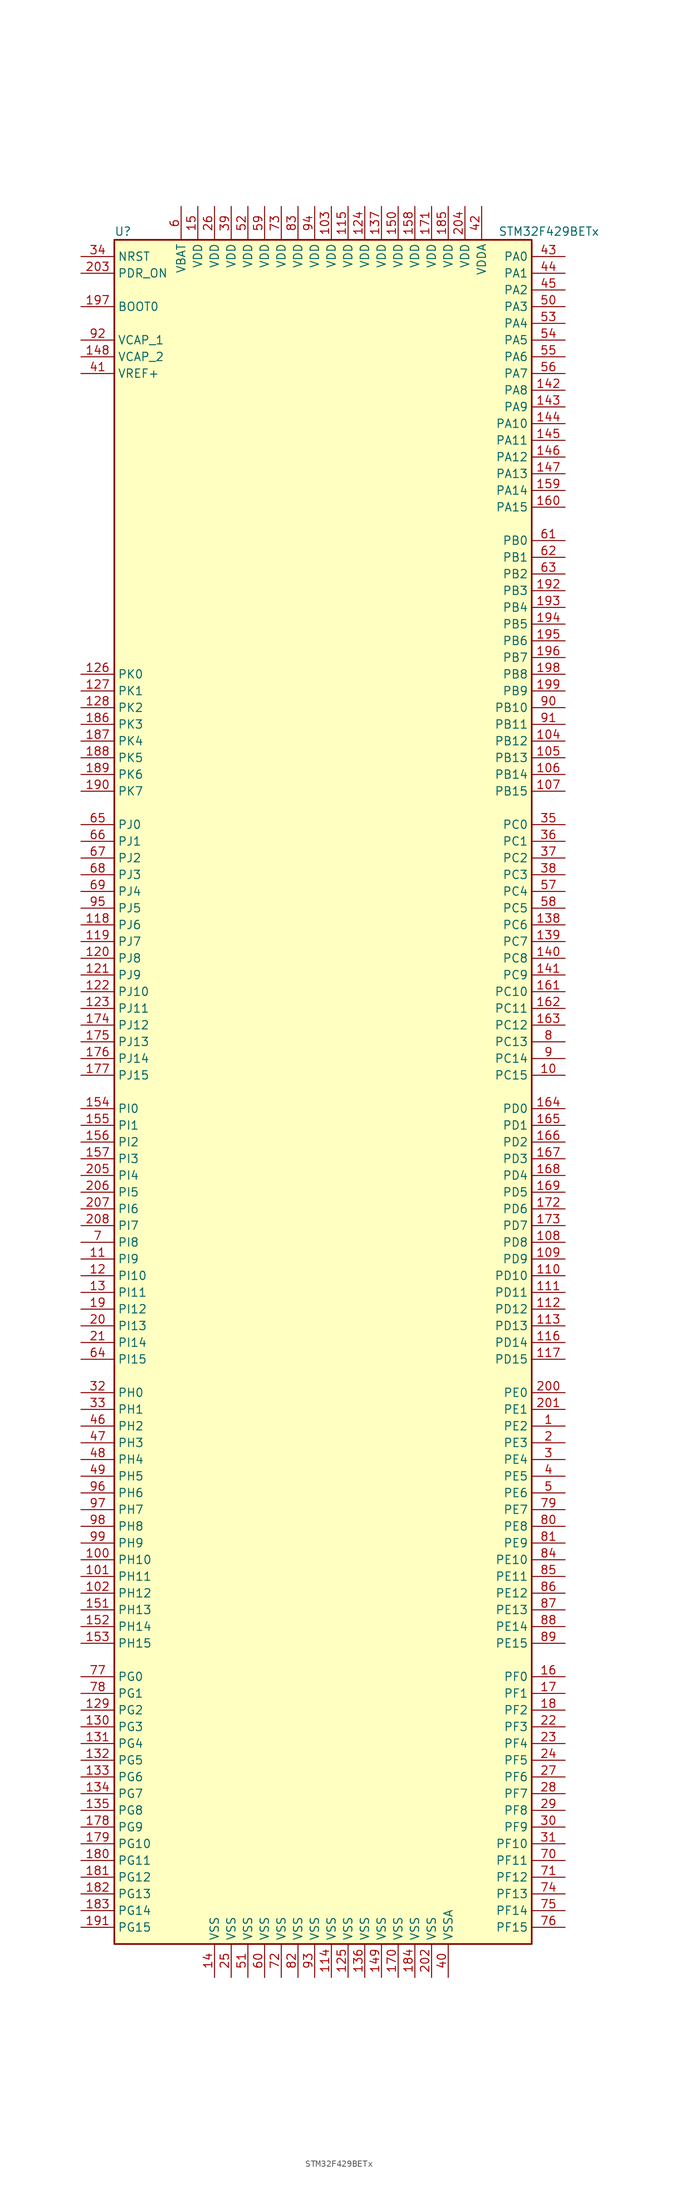
<source format=kicad_sym>
(kicad_symbol_lib
  (version 20211014)
  (generator kicad_symbol_editor)
  (symbol "STM32F429BETx"
    (property "Reference" "U"
      (at -33.02 130.81 0)
      (effects (font (size 1.27 1.27)) (justify left)))
    (property "Value" "STM32F429BETx"
      (at 25.4 130.81 0)
      (effects (font (size 1.27 1.27)) (justify left)))
    (symbol "STM32F429BETx_0_1"
      (rectangle (start -33.02 -129.54) (end 30.48 129.54) (stroke (width 0.254) (type default) (color 0 0 0 0)) (fill (type background))))
    (symbol "STM32F429BETx_1_1"
      (pin bidirectional line (at 35.56 -50.8 180) (length 5.08) (name "PE2" (effects (font (size 1.27 1.27)))) (number "1" (effects (font (size 1.27 1.27)))))
      (pin bidirectional line (at 35.56 2.54 180) (length 5.08) (name "PC15" (effects (font (size 1.27 1.27)))) (number "10" (effects (font (size 1.27 1.27)))))
      (pin bidirectional line (at -38.1 -71.12 0) (length 5.08) (name "PH10" (effects (font (size 1.27 1.27)))) (number "100" (effects (font (size 1.27 1.27)))))
      (pin bidirectional line (at -38.1 -73.66 0) (length 5.08) (name "PH11" (effects (font (size 1.27 1.27)))) (number "101" (effects (font (size 1.27 1.27)))))
      (pin bidirectional line (at -38.1 -76.2 0) (length 5.08) (name "PH12" (effects (font (size 1.27 1.27)))) (number "102" (effects (font (size 1.27 1.27)))))
      (pin power_in line (at 0 134.62 270) (length 5.08) (name "VDD" (effects (font (size 1.27 1.27)))) (number "103" (effects (font (size 1.27 1.27)))))
      (pin bidirectional line (at 35.56 53.34 180) (length 5.08) (name "PB12" (effects (font (size 1.27 1.27)))) (number "104" (effects (font (size 1.27 1.27)))))
      (pin bidirectional line (at 35.56 50.8 180) (length 5.08) (name "PB13" (effects (font (size 1.27 1.27)))) (number "105" (effects (font (size 1.27 1.27)))))
      (pin bidirectional line (at 35.56 48.26 180) (length 5.08) (name "PB14" (effects (font (size 1.27 1.27)))) (number "106" (effects (font (size 1.27 1.27)))))
      (pin bidirectional line (at 35.56 45.72 180) (length 5.08) (name "PB15" (effects (font (size 1.27 1.27)))) (number "107" (effects (font (size 1.27 1.27)))))
      (pin bidirectional line (at 35.56 -22.86 180) (length 5.08) (name "PD8" (effects (font (size 1.27 1.27)))) (number "108" (effects (font (size 1.27 1.27)))))
      (pin bidirectional line (at 35.56 -25.4 180) (length 5.08) (name "PD9" (effects (font (size 1.27 1.27)))) (number "109" (effects (font (size 1.27 1.27)))))
      (pin bidirectional line (at -38.1 -25.4 0) (length 5.08) (name "PI9" (effects (font (size 1.27 1.27)))) (number "11" (effects (font (size 1.27 1.27)))))
      (pin bidirectional line (at 35.56 -27.94 180) (length 5.08) (name "PD10" (effects (font (size 1.27 1.27)))) (number "110" (effects (font (size 1.27 1.27)))))
      (pin bidirectional line (at 35.56 -30.48 180) (length 5.08) (name "PD11" (effects (font (size 1.27 1.27)))) (number "111" (effects (font (size 1.27 1.27)))))
      (pin bidirectional line (at 35.56 -33.02 180) (length 5.08) (name "PD12" (effects (font (size 1.27 1.27)))) (number "112" (effects (font (size 1.27 1.27)))))
      (pin bidirectional line (at 35.56 -35.56 180) (length 5.08) (name "PD13" (effects (font (size 1.27 1.27)))) (number "113" (effects (font (size 1.27 1.27)))))
      (pin power_in line (at 0 -134.62 90) (length 5.08) (name "VSS" (effects (font (size 1.27 1.27)))) (number "114" (effects (font (size 1.27 1.27)))))
      (pin power_in line (at 2.54 134.62 270) (length 5.08) (name "VDD" (effects (font (size 1.27 1.27)))) (number "115" (effects (font (size 1.27 1.27)))))
      (pin bidirectional line (at 35.56 -38.1 180) (length 5.08) (name "PD14" (effects (font (size 1.27 1.27)))) (number "116" (effects (font (size 1.27 1.27)))))
      (pin bidirectional line (at 35.56 -40.64 180) (length 5.08) (name "PD15" (effects (font (size 1.27 1.27)))) (number "117" (effects (font (size 1.27 1.27)))))
      (pin bidirectional line (at -38.1 25.4 0) (length 5.08) (name "PJ6" (effects (font (size 1.27 1.27)))) (number "118" (effects (font (size 1.27 1.27)))))
      (pin bidirectional line (at -38.1 22.86 0) (length 5.08) (name "PJ7" (effects (font (size 1.27 1.27)))) (number "119" (effects (font (size 1.27 1.27)))))
      (pin bidirectional line (at -38.1 -27.94 0) (length 5.08) (name "PI10" (effects (font (size 1.27 1.27)))) (number "12" (effects (font (size 1.27 1.27)))))
      (pin bidirectional line (at -38.1 20.32 0) (length 5.08) (name "PJ8" (effects (font (size 1.27 1.27)))) (number "120" (effects (font (size 1.27 1.27)))))
      (pin bidirectional line (at -38.1 17.78 0) (length 5.08) (name "PJ9" (effects (font (size 1.27 1.27)))) (number "121" (effects (font (size 1.27 1.27)))))
      (pin bidirectional line (at -38.1 15.24 0) (length 5.08) (name "PJ10" (effects (font (size 1.27 1.27)))) (number "122" (effects (font (size 1.27 1.27)))))
      (pin bidirectional line (at -38.1 12.7 0) (length 5.08) (name "PJ11" (effects (font (size 1.27 1.27)))) (number "123" (effects (font (size 1.27 1.27)))))
      (pin power_in line (at 5.08 134.62 270) (length 5.08) (name "VDD" (effects (font (size 1.27 1.27)))) (number "124" (effects (font (size 1.27 1.27)))))
      (pin power_in line (at 2.54 -134.62 90) (length 5.08) (name "VSS" (effects (font (size 1.27 1.27)))) (number "125" (effects (font (size 1.27 1.27)))))
      (pin bidirectional line (at -38.1 63.5 0) (length 5.08) (name "PK0" (effects (font (size 1.27 1.27)))) (number "126" (effects (font (size 1.27 1.27)))))
      (pin bidirectional line (at -38.1 60.96 0) (length 5.08) (name "PK1" (effects (font (size 1.27 1.27)))) (number "127" (effects (font (size 1.27 1.27)))))
      (pin bidirectional line (at -38.1 58.42 0) (length 5.08) (name "PK2" (effects (font (size 1.27 1.27)))) (number "128" (effects (font (size 1.27 1.27)))))
      (pin bidirectional line (at -38.1 -93.98 0) (length 5.08) (name "PG2" (effects (font (size 1.27 1.27)))) (number "129" (effects (font (size 1.27 1.27)))))
      (pin bidirectional line (at -38.1 -30.48 0) (length 5.08) (name "PI11" (effects (font (size 1.27 1.27)))) (number "13" (effects (font (size 1.27 1.27)))))
      (pin bidirectional line (at -38.1 -96.52 0) (length 5.08) (name "PG3" (effects (font (size 1.27 1.27)))) (number "130" (effects (font (size 1.27 1.27)))))
      (pin bidirectional line (at -38.1 -99.06 0) (length 5.08) (name "PG4" (effects (font (size 1.27 1.27)))) (number "131" (effects (font (size 1.27 1.27)))))
      (pin bidirectional line (at -38.1 -101.6 0) (length 5.08) (name "PG5" (effects (font (size 1.27 1.27)))) (number "132" (effects (font (size 1.27 1.27)))))
      (pin bidirectional line (at -38.1 -104.14 0) (length 5.08) (name "PG6" (effects (font (size 1.27 1.27)))) (number "133" (effects (font (size 1.27 1.27)))))
      (pin bidirectional line (at -38.1 -106.68 0) (length 5.08) (name "PG7" (effects (font (size 1.27 1.27)))) (number "134" (effects (font (size 1.27 1.27)))))
      (pin bidirectional line (at -38.1 -109.22 0) (length 5.08) (name "PG8" (effects (font (size 1.27 1.27)))) (number "135" (effects (font (size 1.27 1.27)))))
      (pin power_in line (at 5.08 -134.62 90) (length 5.08) (name "VSS" (effects (font (size 1.27 1.27)))) (number "136" (effects (font (size 1.27 1.27)))))
      (pin power_in line (at 7.62 134.62 270) (length 5.08) (name "VDD" (effects (font (size 1.27 1.27)))) (number "137" (effects (font (size 1.27 1.27)))))
      (pin bidirectional line (at 35.56 25.4 180) (length 5.08) (name "PC6" (effects (font (size 1.27 1.27)))) (number "138" (effects (font (size 1.27 1.27)))))
      (pin bidirectional line (at 35.56 22.86 180) (length 5.08) (name "PC7" (effects (font (size 1.27 1.27)))) (number "139" (effects (font (size 1.27 1.27)))))
      (pin power_in line (at -17.78 -134.62 90) (length 5.08) (name "VSS" (effects (font (size 1.27 1.27)))) (number "14" (effects (font (size 1.27 1.27)))))
      (pin bidirectional line (at 35.56 20.32 180) (length 5.08) (name "PC8" (effects (font (size 1.27 1.27)))) (number "140" (effects (font (size 1.27 1.27)))))
      (pin bidirectional line (at 35.56 17.78 180) (length 5.08) (name "PC9" (effects (font (size 1.27 1.27)))) (number "141" (effects (font (size 1.27 1.27)))))
      (pin bidirectional line (at 35.56 106.68 180) (length 5.08) (name "PA8" (effects (font (size 1.27 1.27)))) (number "142" (effects (font (size 1.27 1.27)))))
      (pin bidirectional line (at 35.56 104.14 180) (length 5.08) (name "PA9" (effects (font (size 1.27 1.27)))) (number "143" (effects (font (size 1.27 1.27)))))
      (pin bidirectional line (at 35.56 101.6 180) (length 5.08) (name "PA10" (effects (font (size 1.27 1.27)))) (number "144" (effects (font (size 1.27 1.27)))))
      (pin bidirectional line (at 35.56 99.06 180) (length 5.08) (name "PA11" (effects (font (size 1.27 1.27)))) (number "145" (effects (font (size 1.27 1.27)))))
      (pin bidirectional line (at 35.56 96.52 180) (length 5.08) (name "PA12" (effects (font (size 1.27 1.27)))) (number "146" (effects (font (size 1.27 1.27)))))
      (pin bidirectional line (at 35.56 93.98 180) (length 5.08) (name "PA13" (effects (font (size 1.27 1.27)))) (number "147" (effects (font (size 1.27 1.27)))))
      (pin power_in line (at -38.1 111.76 0) (length 5.08) (name "VCAP_2" (effects (font (size 1.27 1.27)))) (number "148" (effects (font (size 1.27 1.27)))))
      (pin power_in line (at 7.62 -134.62 90) (length 5.08) (name "VSS" (effects (font (size 1.27 1.27)))) (number "149" (effects (font (size 1.27 1.27)))))
      (pin power_in line (at -20.32 134.62 270) (length 5.08) (name "VDD" (effects (font (size 1.27 1.27)))) (number "15" (effects (font (size 1.27 1.27)))))
      (pin power_in line (at 10.16 134.62 270) (length 5.08) (name "VDD" (effects (font (size 1.27 1.27)))) (number "150" (effects (font (size 1.27 1.27)))))
      (pin bidirectional line (at -38.1 -78.74 0) (length 5.08) (name "PH13" (effects (font (size 1.27 1.27)))) (number "151" (effects (font (size 1.27 1.27)))))
      (pin bidirectional line (at -38.1 -81.28 0) (length 5.08) (name "PH14" (effects (font (size 1.27 1.27)))) (number "152" (effects (font (size 1.27 1.27)))))
      (pin bidirectional line (at -38.1 -83.82 0) (length 5.08) (name "PH15" (effects (font (size 1.27 1.27)))) (number "153" (effects (font (size 1.27 1.27)))))
      (pin bidirectional line (at -38.1 -2.54 0) (length 5.08) (name "PI0" (effects (font (size 1.27 1.27)))) (number "154" (effects (font (size 1.27 1.27)))))
      (pin bidirectional line (at -38.1 -5.08 0) (length 5.08) (name "PI1" (effects (font (size 1.27 1.27)))) (number "155" (effects (font (size 1.27 1.27)))))
      (pin bidirectional line (at -38.1 -7.62 0) (length 5.08) (name "PI2" (effects (font (size 1.27 1.27)))) (number "156" (effects (font (size 1.27 1.27)))))
      (pin bidirectional line (at -38.1 -10.16 0) (length 5.08) (name "PI3" (effects (font (size 1.27 1.27)))) (number "157" (effects (font (size 1.27 1.27)))))
      (pin power_in line (at 12.7 134.62 270) (length 5.08) (name "VDD" (effects (font (size 1.27 1.27)))) (number "158" (effects (font (size 1.27 1.27)))))
      (pin bidirectional line (at 35.56 91.44 180) (length 5.08) (name "PA14" (effects (font (size 1.27 1.27)))) (number "159" (effects (font (size 1.27 1.27)))))
      (pin bidirectional line (at 35.56 -88.9 180) (length 5.08) (name "PF0" (effects (font (size 1.27 1.27)))) (number "16" (effects (font (size 1.27 1.27)))))
      (pin bidirectional line (at 35.56 88.9 180) (length 5.08) (name "PA15" (effects (font (size 1.27 1.27)))) (number "160" (effects (font (size 1.27 1.27)))))
      (pin bidirectional line (at 35.56 15.24 180) (length 5.08) (name "PC10" (effects (font (size 1.27 1.27)))) (number "161" (effects (font (size 1.27 1.27)))))
      (pin bidirectional line (at 35.56 12.7 180) (length 5.08) (name "PC11" (effects (font (size 1.27 1.27)))) (number "162" (effects (font (size 1.27 1.27)))))
      (pin bidirectional line (at 35.56 10.16 180) (length 5.08) (name "PC12" (effects (font (size 1.27 1.27)))) (number "163" (effects (font (size 1.27 1.27)))))
      (pin bidirectional line (at 35.56 -2.54 180) (length 5.08) (name "PD0" (effects (font (size 1.27 1.27)))) (number "164" (effects (font (size 1.27 1.27)))))
      (pin bidirectional line (at 35.56 -5.08 180) (length 5.08) (name "PD1" (effects (font (size 1.27 1.27)))) (number "165" (effects (font (size 1.27 1.27)))))
      (pin bidirectional line (at 35.56 -7.62 180) (length 5.08) (name "PD2" (effects (font (size 1.27 1.27)))) (number "166" (effects (font (size 1.27 1.27)))))
      (pin bidirectional line (at 35.56 -10.16 180) (length 5.08) (name "PD3" (effects (font (size 1.27 1.27)))) (number "167" (effects (font (size 1.27 1.27)))))
      (pin bidirectional line (at 35.56 -12.7 180) (length 5.08) (name "PD4" (effects (font (size 1.27 1.27)))) (number "168" (effects (font (size 1.27 1.27)))))
      (pin bidirectional line (at 35.56 -15.24 180) (length 5.08) (name "PD5" (effects (font (size 1.27 1.27)))) (number "169" (effects (font (size 1.27 1.27)))))
      (pin bidirectional line (at 35.56 -91.44 180) (length 5.08) (name "PF1" (effects (font (size 1.27 1.27)))) (number "17" (effects (font (size 1.27 1.27)))))
      (pin power_in line (at 10.16 -134.62 90) (length 5.08) (name "VSS" (effects (font (size 1.27 1.27)))) (number "170" (effects (font (size 1.27 1.27)))))
      (pin power_in line (at 15.24 134.62 270) (length 5.08) (name "VDD" (effects (font (size 1.27 1.27)))) (number "171" (effects (font (size 1.27 1.27)))))
      (pin bidirectional line (at 35.56 -17.78 180) (length 5.08) (name "PD6" (effects (font (size 1.27 1.27)))) (number "172" (effects (font (size 1.27 1.27)))))
      (pin bidirectional line (at 35.56 -20.32 180) (length 5.08) (name "PD7" (effects (font (size 1.27 1.27)))) (number "173" (effects (font (size 1.27 1.27)))))
      (pin bidirectional line (at -38.1 10.16 0) (length 5.08) (name "PJ12" (effects (font (size 1.27 1.27)))) (number "174" (effects (font (size 1.27 1.27)))))
      (pin bidirectional line (at -38.1 7.62 0) (length 5.08) (name "PJ13" (effects (font (size 1.27 1.27)))) (number "175" (effects (font (size 1.27 1.27)))))
      (pin bidirectional line (at -38.1 5.08 0) (length 5.08) (name "PJ14" (effects (font (size 1.27 1.27)))) (number "176" (effects (font (size 1.27 1.27)))))
      (pin bidirectional line (at -38.1 2.54 0) (length 5.08) (name "PJ15" (effects (font (size 1.27 1.27)))) (number "177" (effects (font (size 1.27 1.27)))))
      (pin bidirectional line (at -38.1 -111.76 0) (length 5.08) (name "PG9" (effects (font (size 1.27 1.27)))) (number "178" (effects (font (size 1.27 1.27)))))
      (pin bidirectional line (at -38.1 -114.3 0) (length 5.08) (name "PG10" (effects (font (size 1.27 1.27)))) (number "179" (effects (font (size 1.27 1.27)))))
      (pin bidirectional line (at 35.56 -93.98 180) (length 5.08) (name "PF2" (effects (font (size 1.27 1.27)))) (number "18" (effects (font (size 1.27 1.27)))))
      (pin bidirectional line (at -38.1 -116.84 0) (length 5.08) (name "PG11" (effects (font (size 1.27 1.27)))) (number "180" (effects (font (size 1.27 1.27)))))
      (pin bidirectional line (at -38.1 -119.38 0) (length 5.08) (name "PG12" (effects (font (size 1.27 1.27)))) (number "181" (effects (font (size 1.27 1.27)))))
      (pin bidirectional line (at -38.1 -121.92 0) (length 5.08) (name "PG13" (effects (font (size 1.27 1.27)))) (number "182" (effects (font (size 1.27 1.27)))))
      (pin bidirectional line (at -38.1 -124.46 0) (length 5.08) (name "PG14" (effects (font (size 1.27 1.27)))) (number "183" (effects (font (size 1.27 1.27)))))
      (pin power_in line (at 12.7 -134.62 90) (length 5.08) (name "VSS" (effects (font (size 1.27 1.27)))) (number "184" (effects (font (size 1.27 1.27)))))
      (pin power_in line (at 17.78 134.62 270) (length 5.08) (name "VDD" (effects (font (size 1.27 1.27)))) (number "185" (effects (font (size 1.27 1.27)))))
      (pin bidirectional line (at -38.1 55.88 0) (length 5.08) (name "PK3" (effects (font (size 1.27 1.27)))) (number "186" (effects (font (size 1.27 1.27)))))
      (pin bidirectional line (at -38.1 53.34 0) (length 5.08) (name "PK4" (effects (font (size 1.27 1.27)))) (number "187" (effects (font (size 1.27 1.27)))))
      (pin bidirectional line (at -38.1 50.8 0) (length 5.08) (name "PK5" (effects (font (size 1.27 1.27)))) (number "188" (effects (font (size 1.27 1.27)))))
      (pin bidirectional line (at -38.1 48.26 0) (length 5.08) (name "PK6" (effects (font (size 1.27 1.27)))) (number "189" (effects (font (size 1.27 1.27)))))
      (pin bidirectional line (at -38.1 -33.02 0) (length 5.08) (name "PI12" (effects (font (size 1.27 1.27)))) (number "19" (effects (font (size 1.27 1.27)))))
      (pin bidirectional line (at -38.1 45.72 0) (length 5.08) (name "PK7" (effects (font (size 1.27 1.27)))) (number "190" (effects (font (size 1.27 1.27)))))
      (pin bidirectional line (at -38.1 -127 0) (length 5.08) (name "PG15" (effects (font (size 1.27 1.27)))) (number "191" (effects (font (size 1.27 1.27)))))
      (pin bidirectional line (at 35.56 76.2 180) (length 5.08) (name "PB3" (effects (font (size 1.27 1.27)))) (number "192" (effects (font (size 1.27 1.27)))))
      (pin bidirectional line (at 35.56 73.66 180) (length 5.08) (name "PB4" (effects (font (size 1.27 1.27)))) (number "193" (effects (font (size 1.27 1.27)))))
      (pin bidirectional line (at 35.56 71.12 180) (length 5.08) (name "PB5" (effects (font (size 1.27 1.27)))) (number "194" (effects (font (size 1.27 1.27)))))
      (pin bidirectional line (at 35.56 68.58 180) (length 5.08) (name "PB6" (effects (font (size 1.27 1.27)))) (number "195" (effects (font (size 1.27 1.27)))))
      (pin bidirectional line (at 35.56 66.04 180) (length 5.08) (name "PB7" (effects (font (size 1.27 1.27)))) (number "196" (effects (font (size 1.27 1.27)))))
      (pin input line (at -38.1 119.38 0) (length 5.08) (name "BOOT0" (effects (font (size 1.27 1.27)))) (number "197" (effects (font (size 1.27 1.27)))))
      (pin bidirectional line (at 35.56 63.5 180) (length 5.08) (name "PB8" (effects (font (size 1.27 1.27)))) (number "198" (effects (font (size 1.27 1.27)))))
      (pin bidirectional line (at 35.56 60.96 180) (length 5.08) (name "PB9" (effects (font (size 1.27 1.27)))) (number "199" (effects (font (size 1.27 1.27)))))
      (pin bidirectional line (at 35.56 -53.34 180) (length 5.08) (name "PE3" (effects (font (size 1.27 1.27)))) (number "2" (effects (font (size 1.27 1.27)))))
      (pin bidirectional line (at -38.1 -35.56 0) (length 5.08) (name "PI13" (effects (font (size 1.27 1.27)))) (number "20" (effects (font (size 1.27 1.27)))))
      (pin bidirectional line (at 35.56 -45.72 180) (length 5.08) (name "PE0" (effects (font (size 1.27 1.27)))) (number "200" (effects (font (size 1.27 1.27)))))
      (pin bidirectional line (at 35.56 -48.26 180) (length 5.08) (name "PE1" (effects (font (size 1.27 1.27)))) (number "201" (effects (font (size 1.27 1.27)))))
      (pin power_in line (at 15.24 -134.62 90) (length 5.08) (name "VSS" (effects (font (size 1.27 1.27)))) (number "202" (effects (font (size 1.27 1.27)))))
      (pin input line (at -38.1 124.46 0) (length 5.08) (name "PDR_ON" (effects (font (size 1.27 1.27)))) (number "203" (effects (font (size 1.27 1.27)))))
      (pin power_in line (at 20.32 134.62 270) (length 5.08) (name "VDD" (effects (font (size 1.27 1.27)))) (number "204" (effects (font (size 1.27 1.27)))))
      (pin bidirectional line (at -38.1 -12.7 0) (length 5.08) (name "PI4" (effects (font (size 1.27 1.27)))) (number "205" (effects (font (size 1.27 1.27)))))
      (pin bidirectional line (at -38.1 -15.24 0) (length 5.08) (name "PI5" (effects (font (size 1.27 1.27)))) (number "206" (effects (font (size 1.27 1.27)))))
      (pin bidirectional line (at -38.1 -17.78 0) (length 5.08) (name "PI6" (effects (font (size 1.27 1.27)))) (number "207" (effects (font (size 1.27 1.27)))))
      (pin bidirectional line (at -38.1 -20.32 0) (length 5.08) (name "PI7" (effects (font (size 1.27 1.27)))) (number "208" (effects (font (size 1.27 1.27)))))
      (pin bidirectional line (at -38.1 -38.1 0) (length 5.08) (name "PI14" (effects (font (size 1.27 1.27)))) (number "21" (effects (font (size 1.27 1.27)))))
      (pin bidirectional line (at 35.56 -96.52 180) (length 5.08) (name "PF3" (effects (font (size 1.27 1.27)))) (number "22" (effects (font (size 1.27 1.27)))))
      (pin bidirectional line (at 35.56 -99.06 180) (length 5.08) (name "PF4" (effects (font (size 1.27 1.27)))) (number "23" (effects (font (size 1.27 1.27)))))
      (pin bidirectional line (at 35.56 -101.6 180) (length 5.08) (name "PF5" (effects (font (size 1.27 1.27)))) (number "24" (effects (font (size 1.27 1.27)))))
      (pin power_in line (at -15.24 -134.62 90) (length 5.08) (name "VSS" (effects (font (size 1.27 1.27)))) (number "25" (effects (font (size 1.27 1.27)))))
      (pin power_in line (at -17.78 134.62 270) (length 5.08) (name "VDD" (effects (font (size 1.27 1.27)))) (number "26" (effects (font (size 1.27 1.27)))))
      (pin bidirectional line (at 35.56 -104.14 180) (length 5.08) (name "PF6" (effects (font (size 1.27 1.27)))) (number "27" (effects (font (size 1.27 1.27)))))
      (pin bidirectional line (at 35.56 -106.68 180) (length 5.08) (name "PF7" (effects (font (size 1.27 1.27)))) (number "28" (effects (font (size 1.27 1.27)))))
      (pin bidirectional line (at 35.56 -109.22 180) (length 5.08) (name "PF8" (effects (font (size 1.27 1.27)))) (number "29" (effects (font (size 1.27 1.27)))))
      (pin bidirectional line (at 35.56 -55.88 180) (length 5.08) (name "PE4" (effects (font (size 1.27 1.27)))) (number "3" (effects (font (size 1.27 1.27)))))
      (pin bidirectional line (at 35.56 -111.76 180) (length 5.08) (name "PF9" (effects (font (size 1.27 1.27)))) (number "30" (effects (font (size 1.27 1.27)))))
      (pin bidirectional line (at 35.56 -114.3 180) (length 5.08) (name "PF10" (effects (font (size 1.27 1.27)))) (number "31" (effects (font (size 1.27 1.27)))))
      (pin input line (at -38.1 -45.72 0) (length 5.08) (name "PH0" (effects (font (size 1.27 1.27)))) (number "32" (effects (font (size 1.27 1.27)))))
      (pin input line (at -38.1 -48.26 0) (length 5.08) (name "PH1" (effects (font (size 1.27 1.27)))) (number "33" (effects (font (size 1.27 1.27)))))
      (pin input line (at -38.1 127 0) (length 5.08) (name "NRST" (effects (font (size 1.27 1.27)))) (number "34" (effects (font (size 1.27 1.27)))))
      (pin bidirectional line (at 35.56 40.64 180) (length 5.08) (name "PC0" (effects (font (size 1.27 1.27)))) (number "35" (effects (font (size 1.27 1.27)))))
      (pin bidirectional line (at 35.56 38.1 180) (length 5.08) (name "PC1" (effects (font (size 1.27 1.27)))) (number "36" (effects (font (size 1.27 1.27)))))
      (pin bidirectional line (at 35.56 35.56 180) (length 5.08) (name "PC2" (effects (font (size 1.27 1.27)))) (number "37" (effects (font (size 1.27 1.27)))))
      (pin bidirectional line (at 35.56 33.02 180) (length 5.08) (name "PC3" (effects (font (size 1.27 1.27)))) (number "38" (effects (font (size 1.27 1.27)))))
      (pin power_in line (at -15.24 134.62 270) (length 5.08) (name "VDD" (effects (font (size 1.27 1.27)))) (number "39" (effects (font (size 1.27 1.27)))))
      (pin bidirectional line (at 35.56 -58.42 180) (length 5.08) (name "PE5" (effects (font (size 1.27 1.27)))) (number "4" (effects (font (size 1.27 1.27)))))
      (pin power_in line (at 17.78 -134.62 90) (length 5.08) (name "VSSA" (effects (font (size 1.27 1.27)))) (number "40" (effects (font (size 1.27 1.27)))))
      (pin power_in line (at -38.1 109.22 0) (length 5.08) (name "VREF+" (effects (font (size 1.27 1.27)))) (number "41" (effects (font (size 1.27 1.27)))))
      (pin power_in line (at 22.86 134.62 270) (length 5.08) (name "VDDA" (effects (font (size 1.27 1.27)))) (number "42" (effects (font (size 1.27 1.27)))))
      (pin bidirectional line (at 35.56 127 180) (length 5.08) (name "PA0" (effects (font (size 1.27 1.27)))) (number "43" (effects (font (size 1.27 1.27)))))
      (pin bidirectional line (at 35.56 124.46 180) (length 5.08) (name "PA1" (effects (font (size 1.27 1.27)))) (number "44" (effects (font (size 1.27 1.27)))))
      (pin bidirectional line (at 35.56 121.92 180) (length 5.08) (name "PA2" (effects (font (size 1.27 1.27)))) (number "45" (effects (font (size 1.27 1.27)))))
      (pin bidirectional line (at -38.1 -50.8 0) (length 5.08) (name "PH2" (effects (font (size 1.27 1.27)))) (number "46" (effects (font (size 1.27 1.27)))))
      (pin bidirectional line (at -38.1 -53.34 0) (length 5.08) (name "PH3" (effects (font (size 1.27 1.27)))) (number "47" (effects (font (size 1.27 1.27)))))
      (pin bidirectional line (at -38.1 -55.88 0) (length 5.08) (name "PH4" (effects (font (size 1.27 1.27)))) (number "48" (effects (font (size 1.27 1.27)))))
      (pin bidirectional line (at -38.1 -58.42 0) (length 5.08) (name "PH5" (effects (font (size 1.27 1.27)))) (number "49" (effects (font (size 1.27 1.27)))))
      (pin bidirectional line (at 35.56 -60.96 180) (length 5.08) (name "PE6" (effects (font (size 1.27 1.27)))) (number "5" (effects (font (size 1.27 1.27)))))
      (pin bidirectional line (at 35.56 119.38 180) (length 5.08) (name "PA3" (effects (font (size 1.27 1.27)))) (number "50" (effects (font (size 1.27 1.27)))))
      (pin power_in line (at -12.7 -134.62 90) (length 5.08) (name "VSS" (effects (font (size 1.27 1.27)))) (number "51" (effects (font (size 1.27 1.27)))))
      (pin power_in line (at -12.7 134.62 270) (length 5.08) (name "VDD" (effects (font (size 1.27 1.27)))) (number "52" (effects (font (size 1.27 1.27)))))
      (pin bidirectional line (at 35.56 116.84 180) (length 5.08) (name "PA4" (effects (font (size 1.27 1.27)))) (number "53" (effects (font (size 1.27 1.27)))))
      (pin bidirectional line (at 35.56 114.3 180) (length 5.08) (name "PA5" (effects (font (size 1.27 1.27)))) (number "54" (effects (font (size 1.27 1.27)))))
      (pin bidirectional line (at 35.56 111.76 180) (length 5.08) (name "PA6" (effects (font (size 1.27 1.27)))) (number "55" (effects (font (size 1.27 1.27)))))
      (pin bidirectional line (at 35.56 109.22 180) (length 5.08) (name "PA7" (effects (font (size 1.27 1.27)))) (number "56" (effects (font (size 1.27 1.27)))))
      (pin bidirectional line (at 35.56 30.48 180) (length 5.08) (name "PC4" (effects (font (size 1.27 1.27)))) (number "57" (effects (font (size 1.27 1.27)))))
      (pin bidirectional line (at 35.56 27.94 180) (length 5.08) (name "PC5" (effects (font (size 1.27 1.27)))) (number "58" (effects (font (size 1.27 1.27)))))
      (pin power_in line (at -10.16 134.62 270) (length 5.08) (name "VDD" (effects (font (size 1.27 1.27)))) (number "59" (effects (font (size 1.27 1.27)))))
      (pin power_in line (at -22.86 134.62 270) (length 5.08) (name "VBAT" (effects (font (size 1.27 1.27)))) (number "6" (effects (font (size 1.27 1.27)))))
      (pin power_in line (at -10.16 -134.62 90) (length 5.08) (name "VSS" (effects (font (size 1.27 1.27)))) (number "60" (effects (font (size 1.27 1.27)))))
      (pin bidirectional line (at 35.56 83.82 180) (length 5.08) (name "PB0" (effects (font (size 1.27 1.27)))) (number "61" (effects (font (size 1.27 1.27)))))
      (pin bidirectional line (at 35.56 81.28 180) (length 5.08) (name "PB1" (effects (font (size 1.27 1.27)))) (number "62" (effects (font (size 1.27 1.27)))))
      (pin bidirectional line (at 35.56 78.74 180) (length 5.08) (name "PB2" (effects (font (size 1.27 1.27)))) (number "63" (effects (font (size 1.27 1.27)))))
      (pin bidirectional line (at -38.1 -40.64 0) (length 5.08) (name "PI15" (effects (font (size 1.27 1.27)))) (number "64" (effects (font (size 1.27 1.27)))))
      (pin bidirectional line (at -38.1 40.64 0) (length 5.08) (name "PJ0" (effects (font (size 1.27 1.27)))) (number "65" (effects (font (size 1.27 1.27)))))
      (pin bidirectional line (at -38.1 38.1 0) (length 5.08) (name "PJ1" (effects (font (size 1.27 1.27)))) (number "66" (effects (font (size 1.27 1.27)))))
      (pin bidirectional line (at -38.1 35.56 0) (length 5.08) (name "PJ2" (effects (font (size 1.27 1.27)))) (number "67" (effects (font (size 1.27 1.27)))))
      (pin bidirectional line (at -38.1 33.02 0) (length 5.08) (name "PJ3" (effects (font (size 1.27 1.27)))) (number "68" (effects (font (size 1.27 1.27)))))
      (pin bidirectional line (at -38.1 30.48 0) (length 5.08) (name "PJ4" (effects (font (size 1.27 1.27)))) (number "69" (effects (font (size 1.27 1.27)))))
      (pin bidirectional line (at -38.1 -22.86 0) (length 5.08) (name "PI8" (effects (font (size 1.27 1.27)))) (number "7" (effects (font (size 1.27 1.27)))))
      (pin bidirectional line (at 35.56 -116.84 180) (length 5.08) (name "PF11" (effects (font (size 1.27 1.27)))) (number "70" (effects (font (size 1.27 1.27)))))
      (pin bidirectional line (at 35.56 -119.38 180) (length 5.08) (name "PF12" (effects (font (size 1.27 1.27)))) (number "71" (effects (font (size 1.27 1.27)))))
      (pin power_in line (at -7.62 -134.62 90) (length 5.08) (name "VSS" (effects (font (size 1.27 1.27)))) (number "72" (effects (font (size 1.27 1.27)))))
      (pin power_in line (at -7.62 134.62 270) (length 5.08) (name "VDD" (effects (font (size 1.27 1.27)))) (number "73" (effects (font (size 1.27 1.27)))))
      (pin bidirectional line (at 35.56 -121.92 180) (length 5.08) (name "PF13" (effects (font (size 1.27 1.27)))) (number "74" (effects (font (size 1.27 1.27)))))
      (pin bidirectional line (at 35.56 -124.46 180) (length 5.08) (name "PF14" (effects (font (size 1.27 1.27)))) (number "75" (effects (font (size 1.27 1.27)))))
      (pin bidirectional line (at 35.56 -127 180) (length 5.08) (name "PF15" (effects (font (size 1.27 1.27)))) (number "76" (effects (font (size 1.27 1.27)))))
      (pin bidirectional line (at -38.1 -88.9 0) (length 5.08) (name "PG0" (effects (font (size 1.27 1.27)))) (number "77" (effects (font (size 1.27 1.27)))))
      (pin bidirectional line (at -38.1 -91.44 0) (length 5.08) (name "PG1" (effects (font (size 1.27 1.27)))) (number "78" (effects (font (size 1.27 1.27)))))
      (pin bidirectional line (at 35.56 -63.5 180) (length 5.08) (name "PE7" (effects (font (size 1.27 1.27)))) (number "79" (effects (font (size 1.27 1.27)))))
      (pin bidirectional line (at 35.56 7.62 180) (length 5.08) (name "PC13" (effects (font (size 1.27 1.27)))) (number "8" (effects (font (size 1.27 1.27)))))
      (pin bidirectional line (at 35.56 -66.04 180) (length 5.08) (name "PE8" (effects (font (size 1.27 1.27)))) (number "80" (effects (font (size 1.27 1.27)))))
      (pin bidirectional line (at 35.56 -68.58 180) (length 5.08) (name "PE9" (effects (font (size 1.27 1.27)))) (number "81" (effects (font (size 1.27 1.27)))))
      (pin power_in line (at -5.08 -134.62 90) (length 5.08) (name "VSS" (effects (font (size 1.27 1.27)))) (number "82" (effects (font (size 1.27 1.27)))))
      (pin power_in line (at -5.08 134.62 270) (length 5.08) (name "VDD" (effects (font (size 1.27 1.27)))) (number "83" (effects (font (size 1.27 1.27)))))
      (pin bidirectional line (at 35.56 -71.12 180) (length 5.08) (name "PE10" (effects (font (size 1.27 1.27)))) (number "84" (effects (font (size 1.27 1.27)))))
      (pin bidirectional line (at 35.56 -73.66 180) (length 5.08) (name "PE11" (effects (font (size 1.27 1.27)))) (number "85" (effects (font (size 1.27 1.27)))))
      (pin bidirectional line (at 35.56 -76.2 180) (length 5.08) (name "PE12" (effects (font (size 1.27 1.27)))) (number "86" (effects (font (size 1.27 1.27)))))
      (pin bidirectional line (at 35.56 -78.74 180) (length 5.08) (name "PE13" (effects (font (size 1.27 1.27)))) (number "87" (effects (font (size 1.27 1.27)))))
      (pin bidirectional line (at 35.56 -81.28 180) (length 5.08) (name "PE14" (effects (font (size 1.27 1.27)))) (number "88" (effects (font (size 1.27 1.27)))))
      (pin bidirectional line (at 35.56 -83.82 180) (length 5.08) (name "PE15" (effects (font (size 1.27 1.27)))) (number "89" (effects (font (size 1.27 1.27)))))
      (pin bidirectional line (at 35.56 5.08 180) (length 5.08) (name "PC14" (effects (font (size 1.27 1.27)))) (number "9" (effects (font (size 1.27 1.27)))))
      (pin bidirectional line (at 35.56 58.42 180) (length 5.08) (name "PB10" (effects (font (size 1.27 1.27)))) (number "90" (effects (font (size 1.27 1.27)))))
      (pin bidirectional line (at 35.56 55.88 180) (length 5.08) (name "PB11" (effects (font (size 1.27 1.27)))) (number "91" (effects (font (size 1.27 1.27)))))
      (pin power_in line (at -38.1 114.3 0) (length 5.08) (name "VCAP_1" (effects (font (size 1.27 1.27)))) (number "92" (effects (font (size 1.27 1.27)))))
      (pin power_in line (at -2.54 -134.62 90) (length 5.08) (name "VSS" (effects (font (size 1.27 1.27)))) (number "93" (effects (font (size 1.27 1.27)))))
      (pin power_in line (at -2.54 134.62 270) (length 5.08) (name "VDD" (effects (font (size 1.27 1.27)))) (number "94" (effects (font (size 1.27 1.27)))))
      (pin bidirectional line (at -38.1 27.94 0) (length 5.08) (name "PJ5" (effects (font (size 1.27 1.27)))) (number "95" (effects (font (size 1.27 1.27)))))
      (pin bidirectional line (at -38.1 -60.96 0) (length 5.08) (name "PH6" (effects (font (size 1.27 1.27)))) (number "96" (effects (font (size 1.27 1.27)))))
      (pin bidirectional line (at -38.1 -63.5 0) (length 5.08) (name "PH7" (effects (font (size 1.27 1.27)))) (number "97" (effects (font (size 1.27 1.27)))))
      (pin bidirectional line (at -38.1 -66.04 0) (length 5.08) (name "PH8" (effects (font (size 1.27 1.27)))) (number "98" (effects (font (size 1.27 1.27)))))
      (pin bidirectional line (at -38.1 -68.58 0) (length 5.08) (name "PH9" (effects (font (size 1.27 1.27)))) (number "99" (effects (font (size 1.27 1.27))))))))
</source>
